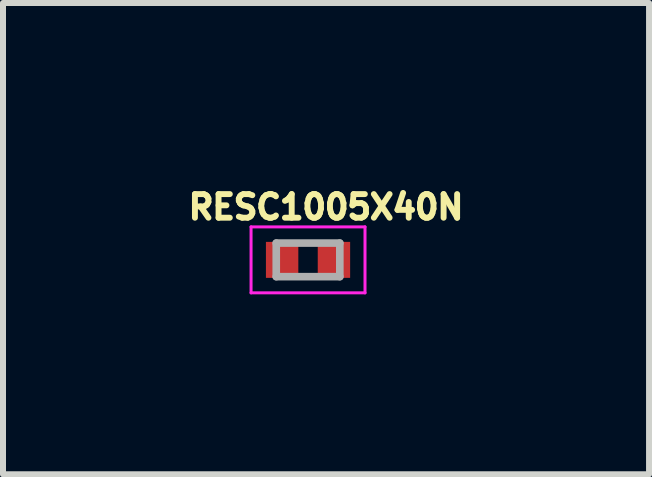
<source format=kicad_pcb>
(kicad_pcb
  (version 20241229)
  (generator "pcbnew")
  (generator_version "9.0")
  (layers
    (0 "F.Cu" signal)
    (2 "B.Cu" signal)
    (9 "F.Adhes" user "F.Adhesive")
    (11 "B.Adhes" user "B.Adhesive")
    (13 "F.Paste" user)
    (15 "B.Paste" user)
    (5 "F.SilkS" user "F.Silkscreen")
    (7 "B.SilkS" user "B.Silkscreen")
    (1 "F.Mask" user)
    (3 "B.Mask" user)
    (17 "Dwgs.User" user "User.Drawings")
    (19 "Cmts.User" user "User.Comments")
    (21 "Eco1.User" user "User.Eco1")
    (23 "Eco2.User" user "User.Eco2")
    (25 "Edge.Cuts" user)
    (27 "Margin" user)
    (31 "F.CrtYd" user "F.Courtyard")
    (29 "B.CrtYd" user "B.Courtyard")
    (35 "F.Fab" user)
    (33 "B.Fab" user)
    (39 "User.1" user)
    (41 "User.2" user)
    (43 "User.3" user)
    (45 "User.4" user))
  (footprint "RESC1005X40N"
    (layer "F.Cu")
    (at 2.086 1.283)
    (property "Reference" "RESC1005X40N" (at 0.3 -0.88 0) (layer "F.SilkS") (effects (font (size 0.394 0.394) (thickness 0.15))))
    (attr smd)
    (fp_line (start -0.95 -0.55) (end 0.95 -0.55) (stroke (width 0.05) (type solid)) (layer "F.CrtYd"))
    (fp_line (start -0.95 0.55) (end -0.95 -0.55) (stroke (width 0.05) (type solid)) (layer "F.CrtYd"))
    (fp_line (start -0.95 0.55) (end 0.95 0.55) (stroke (width 0.05) (type solid)) (layer "F.CrtYd"))
    (fp_line (start 0.95 0.55) (end 0.95 -0.55) (stroke (width 0.05) (type solid)) (layer "F.CrtYd"))
    (fp_line (start -0.53 0.28) (end -0.53 -0.28) (stroke (width 0.127) (type solid)) (layer "F.Fab"))
    (fp_line (start 0.53 -0.28) (end -0.53 -0.28) (stroke (width 0.127) (type solid)) (layer "F.Fab"))
    (fp_line (start 0.53 0.28) (end -0.53 0.28) (stroke (width 0.127) (type solid)) (layer "F.Fab"))
    (fp_line (start 0.53 0.28) (end 0.53 -0.28) (stroke (width 0.127) (type solid)) (layer "F.Fab"))
    (pad "1" smd rect (at -0.432 0) (size 0.54 0.6) (layers "F.Cu" "F.Mask" "F.Paste"))
    (pad "2" smd rect (at 0.432 0) (size 0.54 0.6) (layers "F.Cu" "F.Mask" "F.Paste")))
  (gr_rect
    (start -3 -3)
    (end 7.772 4.858)
    (stroke (width 0.1) (type default))
    (fill no)
    (layer "Edge.Cuts")))
</source>
